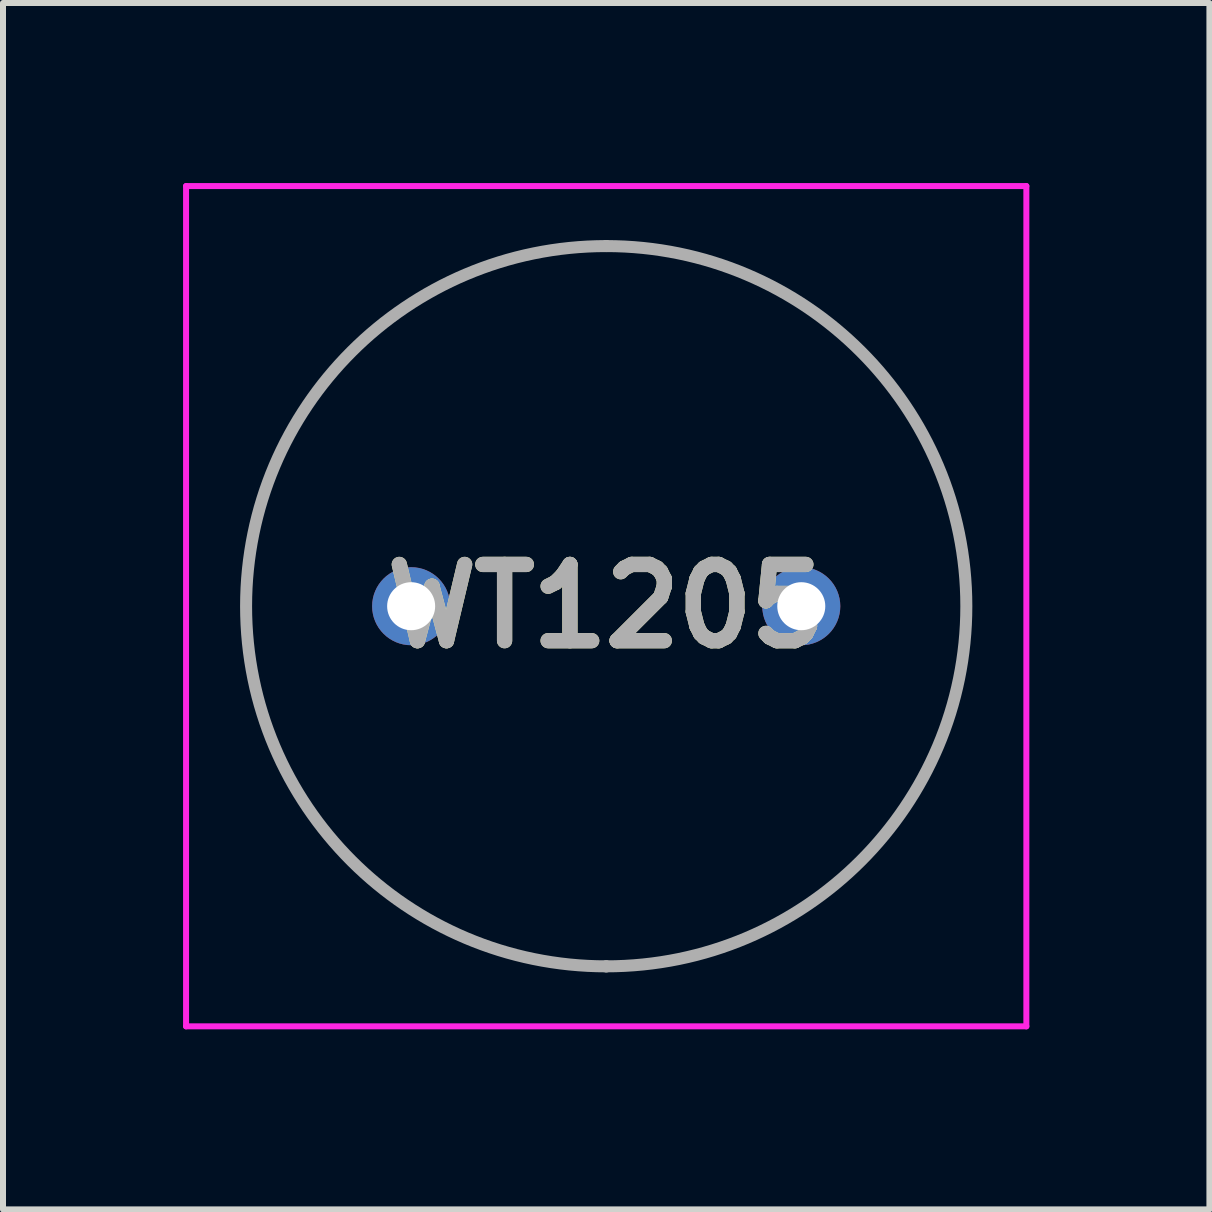
<source format=kicad_pcb>
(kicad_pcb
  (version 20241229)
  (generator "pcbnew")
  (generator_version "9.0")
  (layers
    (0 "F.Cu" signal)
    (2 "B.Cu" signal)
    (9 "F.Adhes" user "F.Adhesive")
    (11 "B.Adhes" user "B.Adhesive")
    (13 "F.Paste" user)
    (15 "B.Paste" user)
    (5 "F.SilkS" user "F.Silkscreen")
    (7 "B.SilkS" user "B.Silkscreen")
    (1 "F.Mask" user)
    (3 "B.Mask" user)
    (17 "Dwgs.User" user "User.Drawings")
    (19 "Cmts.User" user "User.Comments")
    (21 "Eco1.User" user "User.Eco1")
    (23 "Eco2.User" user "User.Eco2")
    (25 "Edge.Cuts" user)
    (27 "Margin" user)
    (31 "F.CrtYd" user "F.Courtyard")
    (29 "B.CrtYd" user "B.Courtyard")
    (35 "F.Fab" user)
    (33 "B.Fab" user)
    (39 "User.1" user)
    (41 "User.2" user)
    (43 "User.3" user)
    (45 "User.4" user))
  (footprint "WT1205"
    (layer "F.Cu")
    (at 3.8 7.05)
    (property "Reference" "WT1205" (at 3.25 0 0) (layer "F.SilkS") (effects (font (size 1.27 1.27) (thickness 0.254))))
    (attr through_hole)
    (fp_line (start 3.25 -6) (end 3.25 -6) (stroke (width 0.1) (type solid)) (layer "F.SilkS"))
    (fp_line (start 3.25 6) (end 3.25 6) (stroke (width 0.1) (type solid)) (layer "F.SilkS"))
    (fp_arc (start 3.25 -6) (mid 9.25 0) (end 3.25 6) (stroke (width 0.1) (type solid)) (layer "F.SilkS"))
    (fp_arc (start 3.25 6) (mid -2.75 0) (end 3.25 -6) (stroke (width 0.1) (type solid)) (layer "F.SilkS"))
    (fp_line (start -3.75 -7) (end 10.25 -7) (stroke (width 0.1) (type solid)) (layer "F.CrtYd"))
    (fp_line (start -3.75 7) (end -3.75 -7) (stroke (width 0.1) (type solid)) (layer "F.CrtYd"))
    (fp_line (start 10.25 -7) (end 10.25 7) (stroke (width 0.1) (type solid)) (layer "F.CrtYd"))
    (fp_line (start 10.25 7) (end -3.75 7) (stroke (width 0.1) (type solid)) (layer "F.CrtYd"))
    (fp_line (start 3.25 -6) (end 3.25 -6) (stroke (width 0.2) (type solid)) (layer "F.Fab"))
    (fp_line (start 3.25 6) (end 3.25 6) (stroke (width 0.2) (type solid)) (layer "F.Fab"))
    (fp_arc (start 3.25 -6) (mid 9.25 0) (end 3.25 6) (stroke (width 0.2) (type solid)) (layer "F.Fab"))
    (fp_arc (start 3.25 6) (mid -2.75 0) (end 3.25 -6) (stroke (width 0.2) (type solid)) (layer "F.Fab"))
    (fp_text user "${REFERENCE}" (at 3.25 0 0) (layer "F.Fab") (effects (font (size 1.27 1.27) (thickness 0.254))))
    (pad "1" thru_hole circle (at 0 0) (size 1.3 1.3) (drill 0.8) (layers "*.Cu" "*.Mask"))
    (pad "2" thru_hole circle (at 6.5 0) (size 1.3 1.3) (drill 0.8) (layers "*.Cu" "*.Mask")))
  (gr_rect
    (start -3 -3)
    (end 17.1 17.1)
    (stroke (width 0.1) (type default))
    (fill no)
    (layer "Edge.Cuts")))
</source>
